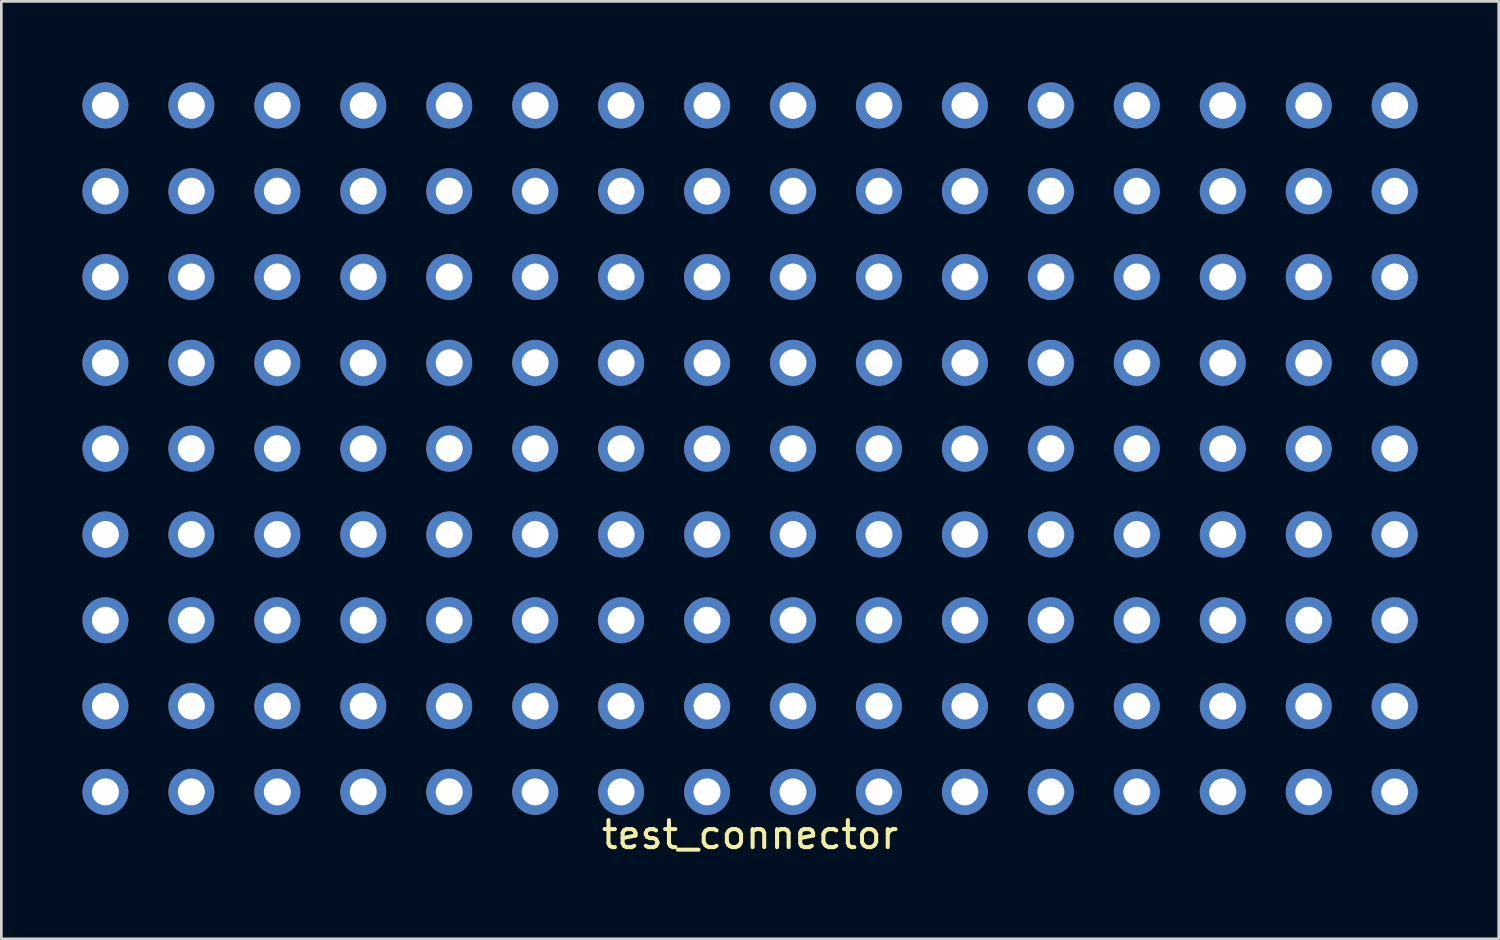
<source format=kicad_pcb>
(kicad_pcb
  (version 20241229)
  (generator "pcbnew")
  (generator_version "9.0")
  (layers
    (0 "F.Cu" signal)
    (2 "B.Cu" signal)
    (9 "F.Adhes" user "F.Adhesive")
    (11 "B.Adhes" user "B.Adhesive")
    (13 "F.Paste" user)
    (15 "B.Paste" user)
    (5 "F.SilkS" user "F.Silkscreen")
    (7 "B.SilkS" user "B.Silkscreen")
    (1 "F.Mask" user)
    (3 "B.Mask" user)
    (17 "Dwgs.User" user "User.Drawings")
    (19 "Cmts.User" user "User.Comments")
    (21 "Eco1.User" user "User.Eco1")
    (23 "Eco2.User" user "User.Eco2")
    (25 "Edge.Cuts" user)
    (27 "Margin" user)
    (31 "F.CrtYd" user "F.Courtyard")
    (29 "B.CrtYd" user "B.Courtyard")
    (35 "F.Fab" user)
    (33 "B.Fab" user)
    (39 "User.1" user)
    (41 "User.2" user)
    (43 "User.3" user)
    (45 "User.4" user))
  (footprint "test_connector"
    (layer "F.Cu")
    (at 24.701 13.55)
    (property "Reference" "test_connector" (at 0 14.287 0) (layer "F.SilkS") (effects (font (size 1 1) (thickness 0.15))))
    (attr through_hole)
    (pad "101" thru_hole circle (at -23.851 -12.7) (size 1.7 1.7) (drill 1) (layers "*.Cu" "*.Mask"))
    (pad "102" thru_hole circle (at -20.671 -12.7) (size 1.7 1.7) (drill 1) (layers "*.Cu" "*.Mask"))
    (pad "103" thru_hole circle (at -17.49 -12.7) (size 1.7 1.7) (drill 1) (layers "*.Cu" "*.Mask"))
    (pad "104" thru_hole circle (at -14.31 -12.7) (size 1.7 1.7) (drill 1) (layers "*.Cu" "*.Mask"))
    (pad "105" thru_hole circle (at -11.13 -12.7) (size 1.7 1.7) (drill 1) (layers "*.Cu" "*.Mask"))
    (pad "106" thru_hole circle (at -7.95 -12.7) (size 1.7 1.7) (drill 1) (layers "*.Cu" "*.Mask"))
    (pad "107" thru_hole circle (at -4.77 -12.7) (size 1.7 1.7) (drill 1) (layers "*.Cu" "*.Mask"))
    (pad "108" thru_hole circle (at -1.59 -12.7) (size 1.7 1.7) (drill 1) (layers "*.Cu" "*.Mask"))
    (pad "109" thru_hole circle (at 1.59 -12.7) (size 1.7 1.7) (drill 1) (layers "*.Cu" "*.Mask"))
    (pad "110" thru_hole circle (at 4.77 -12.7) (size 1.7 1.7) (drill 1) (layers "*.Cu" "*.Mask"))
    (pad "111" thru_hole circle (at 7.95 -12.7) (size 1.7 1.7) (drill 1) (layers "*.Cu" "*.Mask"))
    (pad "112" thru_hole circle (at 11.13 -12.7) (size 1.7 1.7) (drill 1) (layers "*.Cu" "*.Mask"))
    (pad "113" thru_hole circle (at 14.31 -12.7) (size 1.7 1.7) (drill 1) (layers "*.Cu" "*.Mask"))
    (pad "114" thru_hole circle (at 17.49 -12.7) (size 1.7 1.7) (drill 1) (layers "*.Cu" "*.Mask"))
    (pad "115" thru_hole circle (at 20.671 -12.7) (size 1.7 1.7) (drill 1) (layers "*.Cu" "*.Mask"))
    (pad "116" thru_hole circle (at 23.851 -12.7) (size 1.7 1.7) (drill 1) (layers "*.Cu" "*.Mask"))
    (pad "201" thru_hole circle (at -23.851 -9.525) (size 1.7 1.7) (drill 1) (layers "*.Cu" "*.Mask"))
    (pad "202" thru_hole circle (at -20.671 -9.525) (size 1.7 1.7) (drill 1) (layers "*.Cu" "*.Mask"))
    (pad "203" thru_hole circle (at -17.49 -9.525) (size 1.7 1.7) (drill 1) (layers "*.Cu" "*.Mask"))
    (pad "204" thru_hole circle (at -14.31 -9.525) (size 1.7 1.7) (drill 1) (layers "*.Cu" "*.Mask"))
    (pad "205" thru_hole circle (at -11.13 -9.525) (size 1.7 1.7) (drill 1) (layers "*.Cu" "*.Mask"))
    (pad "206" thru_hole circle (at -7.95 -9.525) (size 1.7 1.7) (drill 1) (layers "*.Cu" "*.Mask"))
    (pad "207" thru_hole circle (at -4.77 -9.525) (size 1.7 1.7) (drill 1) (layers "*.Cu" "*.Mask"))
    (pad "208" thru_hole circle (at -1.59 -9.525) (size 1.7 1.7) (drill 1) (layers "*.Cu" "*.Mask"))
    (pad "209" thru_hole circle (at 1.59 -9.525) (size 1.7 1.7) (drill 1) (layers "*.Cu" "*.Mask"))
    (pad "210" thru_hole circle (at 4.77 -9.525) (size 1.7 1.7) (drill 1) (layers "*.Cu" "*.Mask"))
    (pad "211" thru_hole circle (at 7.95 -9.525) (size 1.7 1.7) (drill 1) (layers "*.Cu" "*.Mask"))
    (pad "212" thru_hole circle (at 11.13 -9.525) (size 1.7 1.7) (drill 1) (layers "*.Cu" "*.Mask"))
    (pad "213" thru_hole circle (at 14.31 -9.525) (size 1.7 1.7) (drill 1) (layers "*.Cu" "*.Mask"))
    (pad "214" thru_hole circle (at 17.49 -9.525) (size 1.7 1.7) (drill 1) (layers "*.Cu" "*.Mask"))
    (pad "214" thru_hole circle (at 20.671 -9.525) (size 1.7 1.7) (drill 1) (layers "*.Cu" "*.Mask"))
    (pad "216" thru_hole circle (at 23.851 -9.525) (size 1.7 1.7) (drill 1) (layers "*.Cu" "*.Mask"))
    (pad "301" thru_hole circle (at -23.851 -6.35) (size 1.7 1.7) (drill 1) (layers "*.Cu" "*.Mask"))
    (pad "302" thru_hole circle (at -20.671 -6.35) (size 1.7 1.7) (drill 1) (layers "*.Cu" "*.Mask"))
    (pad "303" thru_hole circle (at -17.49 -6.35) (size 1.7 1.7) (drill 1) (layers "*.Cu" "*.Mask"))
    (pad "304" thru_hole circle (at -14.31 -6.35) (size 1.7 1.7) (drill 1) (layers "*.Cu" "*.Mask"))
    (pad "305" thru_hole circle (at -11.13 -6.35) (size 1.7 1.7) (drill 1) (layers "*.Cu" "*.Mask"))
    (pad "306" thru_hole circle (at -7.95 -6.35) (size 1.7 1.7) (drill 1) (layers "*.Cu" "*.Mask"))
    (pad "307" thru_hole circle (at -4.77 -6.35) (size 1.7 1.7) (drill 1) (layers "*.Cu" "*.Mask"))
    (pad "308" thru_hole circle (at -1.59 -6.35) (size 1.7 1.7) (drill 1) (layers "*.Cu" "*.Mask"))
    (pad "309" thru_hole circle (at 1.59 -6.35) (size 1.7 1.7) (drill 1) (layers "*.Cu" "*.Mask"))
    (pad "310" thru_hole circle (at 4.77 -6.35) (size 1.7 1.7) (drill 1) (layers "*.Cu" "*.Mask"))
    (pad "311" thru_hole circle (at 7.95 -6.35) (size 1.7 1.7) (drill 1) (layers "*.Cu" "*.Mask"))
    (pad "312" thru_hole circle (at 11.13 -6.35) (size 1.7 1.7) (drill 1) (layers "*.Cu" "*.Mask"))
    (pad "313" thru_hole circle (at 14.31 -6.35) (size 1.7 1.7) (drill 1) (layers "*.Cu" "*.Mask"))
    (pad "314" thru_hole circle (at 17.49 -6.35) (size 1.7 1.7) (drill 1) (layers "*.Cu" "*.Mask"))
    (pad "315" thru_hole circle (at 20.671 -6.35) (size 1.7 1.7) (drill 1) (layers "*.Cu" "*.Mask"))
    (pad "316" thru_hole circle (at 23.851 -6.35) (size 1.7 1.7) (drill 1) (layers "*.Cu" "*.Mask"))
    (pad "401" thru_hole circle (at -23.851 -3.175) (size 1.7 1.7) (drill 1) (layers "*.Cu" "*.Mask"))
    (pad "402" thru_hole circle (at -20.671 -3.175) (size 1.7 1.7) (drill 1) (layers "*.Cu" "*.Mask"))
    (pad "403" thru_hole circle (at -17.49 -3.175) (size 1.7 1.7) (drill 1) (layers "*.Cu" "*.Mask"))
    (pad "404" thru_hole circle (at -14.31 -3.175) (size 1.7 1.7) (drill 1) (layers "*.Cu" "*.Mask"))
    (pad "405" thru_hole circle (at -11.13 -3.175) (size 1.7 1.7) (drill 1) (layers "*.Cu" "*.Mask"))
    (pad "406" thru_hole circle (at -7.95 -3.175) (size 1.7 1.7) (drill 1) (layers "*.Cu" "*.Mask"))
    (pad "407" thru_hole circle (at -4.77 -3.175) (size 1.7 1.7) (drill 1) (layers "*.Cu" "*.Mask"))
    (pad "408" thru_hole circle (at -1.59 -3.175) (size 1.7 1.7) (drill 1) (layers "*.Cu" "*.Mask"))
    (pad "409" thru_hole circle (at 1.59 -3.175) (size 1.7 1.7) (drill 1) (layers "*.Cu" "*.Mask"))
    (pad "410" thru_hole circle (at 4.77 -3.175) (size 1.7 1.7) (drill 1) (layers "*.Cu" "*.Mask"))
    (pad "411" thru_hole circle (at 7.95 -3.175) (size 1.7 1.7) (drill 1) (layers "*.Cu" "*.Mask"))
    (pad "412" thru_hole circle (at 11.13 -3.175) (size 1.7 1.7) (drill 1) (layers "*.Cu" "*.Mask"))
    (pad "413" thru_hole circle (at 14.31 -3.175) (size 1.7 1.7) (drill 1) (layers "*.Cu" "*.Mask"))
    (pad "414" thru_hole circle (at 17.49 -3.175) (size 1.7 1.7) (drill 1) (layers "*.Cu" "*.Mask"))
    (pad "415" thru_hole circle (at 20.671 -3.175) (size 1.7 1.7) (drill 1) (layers "*.Cu" "*.Mask"))
    (pad "416" thru_hole circle (at 23.851 -3.175) (size 1.7 1.7) (drill 1) (layers "*.Cu" "*.Mask"))
    (pad "501" thru_hole circle (at -23.851 0) (size 1.7 1.7) (drill 1) (layers "*.Cu" "*.Mask"))
    (pad "502" thru_hole circle (at -20.671 0) (size 1.7 1.7) (drill 1) (layers "*.Cu" "*.Mask"))
    (pad "503" thru_hole circle (at -17.49 0) (size 1.7 1.7) (drill 1) (layers "*.Cu" "*.Mask"))
    (pad "504" thru_hole circle (at -14.31 0) (size 1.7 1.7) (drill 1) (layers "*.Cu" "*.Mask"))
    (pad "505" thru_hole circle (at -11.13 0) (size 1.7 1.7) (drill 1) (layers "*.Cu" "*.Mask"))
    (pad "506" thru_hole circle (at -7.95 0) (size 1.7 1.7) (drill 1) (layers "*.Cu" "*.Mask"))
    (pad "507" thru_hole circle (at -4.77 0) (size 1.7 1.7) (drill 1) (layers "*.Cu" "*.Mask"))
    (pad "508" thru_hole circle (at -1.59 0) (size 1.7 1.7) (drill 1) (layers "*.Cu" "*.Mask"))
    (pad "509" thru_hole circle (at 1.59 0) (size 1.7 1.7) (drill 1) (layers "*.Cu" "*.Mask"))
    (pad "510" thru_hole circle (at 4.77 0) (size 1.7 1.7) (drill 1) (layers "*.Cu" "*.Mask"))
    (pad "511" thru_hole circle (at 7.95 0) (size 1.7 1.7) (drill 1) (layers "*.Cu" "*.Mask"))
    (pad "512" thru_hole circle (at 11.13 0) (size 1.7 1.7) (drill 1) (layers "*.Cu" "*.Mask"))
    (pad "513" thru_hole circle (at 14.31 0) (size 1.7 1.7) (drill 1) (layers "*.Cu" "*.Mask"))
    (pad "514" thru_hole circle (at 17.49 0) (size 1.7 1.7) (drill 1) (layers "*.Cu" "*.Mask"))
    (pad "515" thru_hole circle (at 20.671 0) (size 1.7 1.7) (drill 1) (layers "*.Cu" "*.Mask"))
    (pad "516" thru_hole circle (at 23.851 0) (size 1.7 1.7) (drill 1) (layers "*.Cu" "*.Mask"))
    (pad "601" thru_hole circle (at -23.851 3.175) (size 1.7 1.7) (drill 1) (layers "*.Cu" "*.Mask"))
    (pad "602" thru_hole circle (at -20.671 3.175) (size 1.7 1.7) (drill 1) (layers "*.Cu" "*.Mask"))
    (pad "603" thru_hole circle (at -17.49 3.175) (size 1.7 1.7) (drill 1) (layers "*.Cu" "*.Mask"))
    (pad "604" thru_hole circle (at -14.31 3.175) (size 1.7 1.7) (drill 1) (layers "*.Cu" "*.Mask"))
    (pad "605" thru_hole circle (at -11.13 3.175) (size 1.7 1.7) (drill 1) (layers "*.Cu" "*.Mask"))
    (pad "606" thru_hole circle (at -7.95 3.175) (size 1.7 1.7) (drill 1) (layers "*.Cu" "*.Mask"))
    (pad "607" thru_hole circle (at -4.77 3.175) (size 1.7 1.7) (drill 1) (layers "*.Cu" "*.Mask"))
    (pad "608" thru_hole circle (at -1.59 3.175) (size 1.7 1.7) (drill 1) (layers "*.Cu" "*.Mask"))
    (pad "609" thru_hole circle (at 1.59 3.175) (size 1.7 1.7) (drill 1) (layers "*.Cu" "*.Mask"))
    (pad "610" thru_hole circle (at 4.77 3.175) (size 1.7 1.7) (drill 1) (layers "*.Cu" "*.Mask"))
    (pad "611" thru_hole circle (at 7.95 3.175) (size 1.7 1.7) (drill 1) (layers "*.Cu" "*.Mask"))
    (pad "612" thru_hole circle (at 11.13 3.175) (size 1.7 1.7) (drill 1) (layers "*.Cu" "*.Mask"))
    (pad "613" thru_hole circle (at 14.31 3.175) (size 1.7 1.7) (drill 1) (layers "*.Cu" "*.Mask"))
    (pad "614" thru_hole circle (at 17.49 3.175) (size 1.7 1.7) (drill 1) (layers "*.Cu" "*.Mask"))
    (pad "615" thru_hole circle (at 20.671 3.175) (size 1.7 1.7) (drill 1) (layers "*.Cu" "*.Mask"))
    (pad "616" thru_hole circle (at 23.851 3.175) (size 1.7 1.7) (drill 1) (layers "*.Cu" "*.Mask"))
    (pad "701" thru_hole circle (at -23.851 6.35) (size 1.7 1.7) (drill 1) (layers "*.Cu" "*.Mask"))
    (pad "702" thru_hole circle (at -20.671 6.35) (size 1.7 1.7) (drill 1) (layers "*.Cu" "*.Mask"))
    (pad "703" thru_hole circle (at -17.49 6.35) (size 1.7 1.7) (drill 1) (layers "*.Cu" "*.Mask"))
    (pad "704" thru_hole circle (at -14.31 6.35) (size 1.7 1.7) (drill 1) (layers "*.Cu" "*.Mask"))
    (pad "705" thru_hole circle (at -11.13 6.35) (size 1.7 1.7) (drill 1) (layers "*.Cu" "*.Mask"))
    (pad "706" thru_hole circle (at -7.95 6.35) (size 1.7 1.7) (drill 1) (layers "*.Cu" "*.Mask"))
    (pad "707" thru_hole circle (at -4.77 6.35) (size 1.7 1.7) (drill 1) (layers "*.Cu" "*.Mask"))
    (pad "708" thru_hole circle (at -1.59 6.35) (size 1.7 1.7) (drill 1) (layers "*.Cu" "*.Mask"))
    (pad "709" thru_hole circle (at 1.59 6.35) (size 1.7 1.7) (drill 1) (layers "*.Cu" "*.Mask"))
    (pad "710" thru_hole circle (at 4.77 6.35) (size 1.7 1.7) (drill 1) (layers "*.Cu" "*.Mask"))
    (pad "711" thru_hole circle (at 7.95 6.35) (size 1.7 1.7) (drill 1) (layers "*.Cu" "*.Mask"))
    (pad "712" thru_hole circle (at 11.13 6.35) (size 1.7 1.7) (drill 1) (layers "*.Cu" "*.Mask"))
    (pad "713" thru_hole circle (at 14.31 6.35) (size 1.7 1.7) (drill 1) (layers "*.Cu" "*.Mask"))
    (pad "714" thru_hole circle (at 17.49 6.35) (size 1.7 1.7) (drill 1) (layers "*.Cu" "*.Mask"))
    (pad "715" thru_hole circle (at 20.671 6.35) (size 1.7 1.7) (drill 1) (layers "*.Cu" "*.Mask"))
    (pad "716" thru_hole circle (at 23.851 6.35) (size 1.7 1.7) (drill 1) (layers "*.Cu" "*.Mask"))
    (pad "801" thru_hole circle (at -23.851 9.525) (size 1.7 1.7) (drill 1) (layers "*.Cu" "*.Mask"))
    (pad "802" thru_hole circle (at -20.671 9.525) (size 1.7 1.7) (drill 1) (layers "*.Cu" "*.Mask"))
    (pad "803" thru_hole circle (at -17.49 9.525) (size 1.7 1.7) (drill 1) (layers "*.Cu" "*.Mask"))
    (pad "804" thru_hole circle (at -14.31 9.525) (size 1.7 1.7) (drill 1) (layers "*.Cu" "*.Mask"))
    (pad "805" thru_hole circle (at -11.13 9.525) (size 1.7 1.7) (drill 1) (layers "*.Cu" "*.Mask"))
    (pad "806" thru_hole circle (at -7.95 9.525) (size 1.7 1.7) (drill 1) (layers "*.Cu" "*.Mask"))
    (pad "807" thru_hole circle (at -4.77 9.525) (size 1.7 1.7) (drill 1) (layers "*.Cu" "*.Mask"))
    (pad "808" thru_hole circle (at -1.59 9.525) (size 1.7 1.7) (drill 1) (layers "*.Cu" "*.Mask"))
    (pad "809" thru_hole circle (at 1.59 9.525) (size 1.7 1.7) (drill 1) (layers "*.Cu" "*.Mask"))
    (pad "810" thru_hole circle (at 4.77 9.525) (size 1.7 1.7) (drill 1) (layers "*.Cu" "*.Mask"))
    (pad "811" thru_hole circle (at 7.95 9.525) (size 1.7 1.7) (drill 1) (layers "*.Cu" "*.Mask"))
    (pad "812" thru_hole circle (at 11.13 9.525) (size 1.7 1.7) (drill 1) (layers "*.Cu" "*.Mask"))
    (pad "813" thru_hole circle (at 14.31 9.525) (size 1.7 1.7) (drill 1) (layers "*.Cu" "*.Mask"))
    (pad "814" thru_hole circle (at 17.49 9.525) (size 1.7 1.7) (drill 1) (layers "*.Cu" "*.Mask"))
    (pad "815" thru_hole circle (at 20.671 9.525) (size 1.7 1.7) (drill 1) (layers "*.Cu" "*.Mask"))
    (pad "816" thru_hole circle (at 23.851 9.525) (size 1.7 1.7) (drill 1) (layers "*.Cu" "*.Mask"))
    (pad "901" thru_hole circle (at -23.851 12.7) (size 1.7 1.7) (drill 1) (layers "*.Cu" "*.Mask"))
    (pad "902" thru_hole circle (at -20.671 12.7) (size 1.7 1.7) (drill 1) (layers "*.Cu" "*.Mask"))
    (pad "903" thru_hole circle (at -17.49 12.7) (size 1.7 1.7) (drill 1) (layers "*.Cu" "*.Mask"))
    (pad "904" thru_hole circle (at -14.31 12.7) (size 1.7 1.7) (drill 1) (layers "*.Cu" "*.Mask"))
    (pad "905" thru_hole circle (at -11.13 12.7) (size 1.7 1.7) (drill 1) (layers "*.Cu" "*.Mask"))
    (pad "906" thru_hole circle (at -7.95 12.7) (size 1.7 1.7) (drill 1) (layers "*.Cu" "*.Mask"))
    (pad "907" thru_hole circle (at -4.77 12.7) (size 1.7 1.7) (drill 1) (layers "*.Cu" "*.Mask"))
    (pad "908" thru_hole circle (at -1.59 12.7) (size 1.7 1.7) (drill 1) (layers "*.Cu" "*.Mask"))
    (pad "909" thru_hole circle (at 1.59 12.7) (size 1.7 1.7) (drill 1) (layers "*.Cu" "*.Mask"))
    (pad "910" thru_hole circle (at 4.77 12.7) (size 1.7 1.7) (drill 1) (layers "*.Cu" "*.Mask"))
    (pad "911" thru_hole circle (at 7.95 12.7) (size 1.7 1.7) (drill 1) (layers "*.Cu" "*.Mask"))
    (pad "912" thru_hole circle (at 11.13 12.7) (size 1.7 1.7) (drill 1) (layers "*.Cu" "*.Mask"))
    (pad "913" thru_hole circle (at 14.31 12.7) (size 1.7 1.7) (drill 1) (layers "*.Cu" "*.Mask"))
    (pad "914" thru_hole circle (at 17.49 12.7) (size 1.7 1.7) (drill 1) (layers "*.Cu" "*.Mask"))
    (pad "915" thru_hole circle (at 20.671 12.7) (size 1.7 1.7) (drill 1) (layers "*.Cu" "*.Mask"))
    (pad "916" thru_hole circle (at 23.851 12.7) (size 1.7 1.7) (drill 1) (layers "*.Cu" "*.Mask")))
  (gr_rect
    (start -3 -3)
    (end 52.401 31.686)
    (stroke (width 0.1) (type default))
    (fill no)
    (layer "Edge.Cuts")))
</source>
